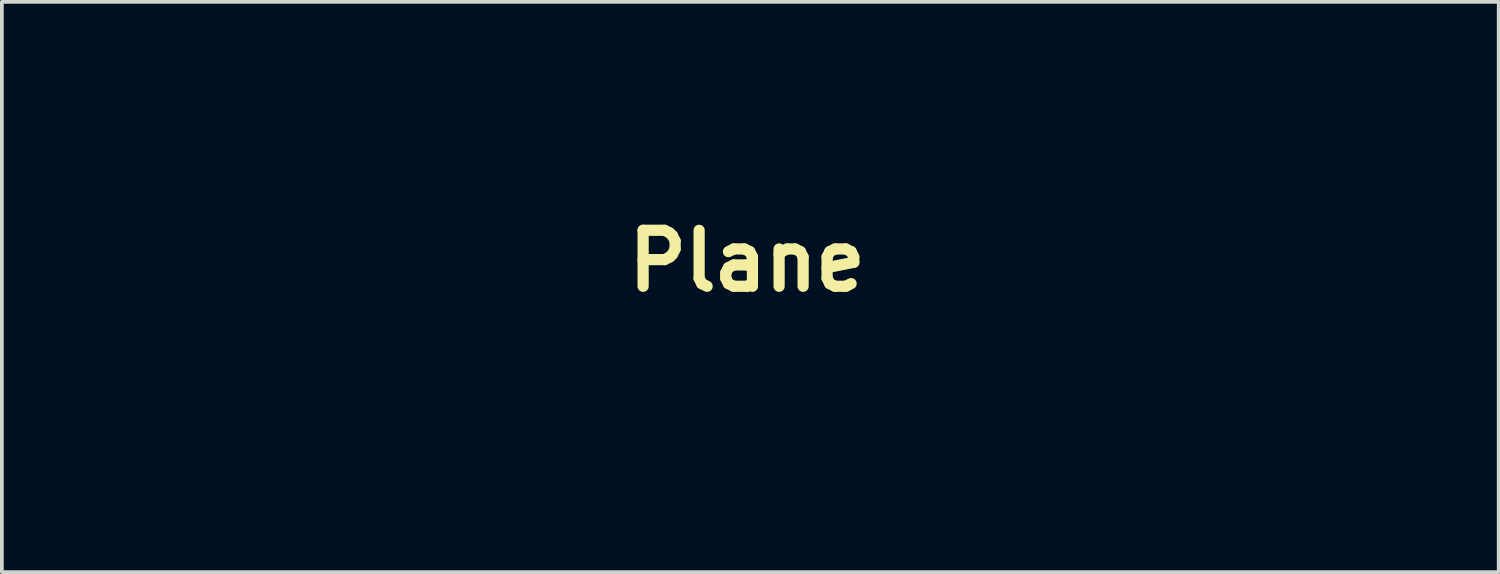
<source format=kicad_pcb>
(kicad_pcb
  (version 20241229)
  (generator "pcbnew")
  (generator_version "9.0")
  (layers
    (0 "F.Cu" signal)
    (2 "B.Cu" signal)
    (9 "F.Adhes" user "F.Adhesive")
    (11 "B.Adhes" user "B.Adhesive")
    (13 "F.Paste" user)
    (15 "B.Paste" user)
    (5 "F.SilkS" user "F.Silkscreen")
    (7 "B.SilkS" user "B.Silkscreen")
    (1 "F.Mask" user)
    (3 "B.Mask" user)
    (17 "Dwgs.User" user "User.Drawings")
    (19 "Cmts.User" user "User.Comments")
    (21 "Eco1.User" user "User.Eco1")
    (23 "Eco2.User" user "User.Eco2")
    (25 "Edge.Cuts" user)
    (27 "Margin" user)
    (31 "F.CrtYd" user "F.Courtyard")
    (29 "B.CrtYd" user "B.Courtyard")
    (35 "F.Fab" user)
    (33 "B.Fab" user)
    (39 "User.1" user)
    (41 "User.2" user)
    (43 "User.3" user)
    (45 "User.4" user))
  (footprint "Plane"
    (layer "F.Cu")
    (at 16.964 3.941)
    (property "Reference" "Plane" (at 0 0 0) (layer "F.SilkS") (effects (font (size 1.5 1.5) (thickness 0.3))))
    (attr board_only exclude_from_pos_files exclude_from_bom)
    (fp_poly (pts (xy -2.805 2.239) (xy -2.763 2.316) (xy -2.75 2.428) (xy -2.767 2.534) (xy -2.795 2.583) (xy -2.881 2.629) (xy -2.96 2.609) (xy -3.006 2.537) (xy -3.022 2.395) (xy -2.944 2.395) (xy -2.928 2.459) (xy -2.905 2.473) (xy -2.873 2.44) (xy -2.866 2.395) (xy -2.882 2.331) (xy -2.905 2.316) (xy -2.937 2.349) (xy -2.944 2.395) (xy -3.022 2.395) (xy -3.022 2.393) (xy -3 2.282) (xy -2.947 2.214) (xy -2.871 2.203)) (stroke (width 0) (type solid)) (fill yes) (layer "F.Mask"))
    (fp_poly (pts (xy -0.175 2.239) (xy -0.132 2.316) (xy -0.119 2.428) (xy -0.136 2.534) (xy -0.165 2.583) (xy -0.251 2.629) (xy -0.33 2.609) (xy -0.375 2.537) (xy -0.392 2.395) (xy -0.314 2.395) (xy -0.298 2.459) (xy -0.275 2.473) (xy -0.243 2.44) (xy -0.236 2.395) (xy -0.252 2.331) (xy -0.275 2.316) (xy -0.307 2.349) (xy -0.314 2.395) (xy -0.392 2.395) (xy -0.392 2.393) (xy -0.37 2.282) (xy -0.317 2.214) (xy -0.241 2.203)) (stroke (width 0) (type solid)) (fill yes) (layer "F.Mask"))
    (fp_poly (pts (xy -10.708 2.251) (xy -10.655 2.336) (xy -10.647 2.45) (xy -10.67 2.531) (xy -10.734 2.61) (xy -10.81 2.629) (xy -10.874 2.588) (xy -10.896 2.537) (xy -10.91 2.425) (xy -10.909 2.395) (xy -10.835 2.395) (xy -10.819 2.459) (xy -10.796 2.473) (xy -10.764 2.44) (xy -10.757 2.395) (xy -10.773 2.331) (xy -10.796 2.316) (xy -10.828 2.349) (xy -10.835 2.395) (xy -10.909 2.395) (xy -10.907 2.331) (xy -10.883 2.248) (xy -10.824 2.219) (xy -10.797 2.218)) (stroke (width 0) (type solid)) (fill yes) (layer "F.Mask"))
    (fp_poly (pts (xy -10.367 2.234) (xy -10.33 2.339) (xy -10.325 2.429) (xy -10.349 2.542) (xy -10.41 2.615) (xy -10.462 2.63) (xy -10.526 2.605) (xy -10.553 2.583) (xy -10.586 2.512) (xy -10.6 2.414) (xy -10.595 2.391) (xy -10.521 2.391) (xy -10.496 2.459) (xy -10.459 2.473) (xy -10.412 2.444) (xy -10.41 2.408) (xy -10.443 2.342) (xy -10.488 2.328) (xy -10.519 2.368) (xy -10.521 2.391) (xy -10.595 2.391) (xy -10.575 2.285) (xy -10.504 2.212) (xy -10.439 2.198)) (stroke (width 0) (type solid)) (fill yes) (layer "F.Mask"))
    (fp_poly (pts (xy -9.727 2.251) (xy -9.674 2.336) (xy -9.665 2.45) (xy -9.689 2.531) (xy -9.753 2.613) (xy -9.829 2.622) (xy -9.891 2.574) (xy -9.918 2.5) (xy -9.925 2.414) (xy -9.854 2.414) (xy -9.84 2.488) (xy -9.815 2.513) (xy -9.785 2.479) (xy -9.775 2.414) (xy -9.789 2.341) (xy -9.815 2.316) (xy -9.844 2.35) (xy -9.854 2.414) (xy -9.925 2.414) (xy -9.926 2.39) (xy -9.925 2.368) (xy -9.91 2.269) (xy -9.876 2.227) (xy -9.815 2.218)) (stroke (width 0) (type solid)) (fill yes) (layer "F.Mask"))
    (fp_poly (pts (xy -8.752 2.204) (xy -8.725 2.233) (xy -8.719 2.307) (xy -8.723 2.404) (xy -8.745 2.54) (xy -8.787 2.617) (xy -8.841 2.63) (xy -8.9 2.572) (xy -8.909 2.557) (xy -8.951 2.429) (xy -8.95 2.414) (xy -8.825 2.414) (xy -8.821 2.481) (xy -8.809 2.487) (xy -8.807 2.484) (xy -8.8 2.406) (xy -8.806 2.366) (xy -8.818 2.35) (xy -8.825 2.402) (xy -8.825 2.414) (xy -8.95 2.414) (xy -8.944 2.313) (xy -8.893 2.23) (xy -8.807 2.198)) (stroke (width 0) (type solid)) (fill yes) (layer "F.Mask"))
    (fp_poly (pts (xy -8.426 2.211) (xy -8.377 2.266) (xy -8.362 2.386) (xy -8.381 2.516) (xy -8.429 2.601) (xy -8.494 2.632) (xy -8.562 2.601) (xy -8.599 2.55) (xy -8.632 2.434) (xy -8.629 2.415) (xy -8.518 2.415) (xy -8.5 2.478) (xy -8.493 2.486) (xy -8.457 2.51) (xy -8.442 2.473) (xy -8.44 2.414) (xy -8.454 2.341) (xy -8.48 2.316) (xy -8.51 2.348) (xy -8.518 2.415) (xy -8.629 2.415) (xy -8.618 2.325) (xy -8.567 2.241) (xy -8.488 2.202)) (stroke (width 0) (type solid)) (fill yes) (layer "F.Mask"))
    (fp_poly (pts (xy -8.078 2.251) (xy -8.025 2.336) (xy -8.016 2.45) (xy -8.04 2.531) (xy -8.104 2.61) (xy -8.179 2.629) (xy -8.244 2.588) (xy -8.266 2.537) (xy -8.279 2.425) (xy -8.279 2.395) (xy -8.205 2.395) (xy -8.189 2.459) (xy -8.166 2.473) (xy -8.134 2.44) (xy -8.126 2.395) (xy -8.143 2.331) (xy -8.166 2.316) (xy -8.198 2.349) (xy -8.205 2.395) (xy -8.279 2.395) (xy -8.277 2.331) (xy -8.253 2.248) (xy -8.194 2.219) (xy -8.167 2.218)) (stroke (width 0) (type solid)) (fill yes) (layer "F.Mask"))
    (fp_poly (pts (xy -7.097 2.251) (xy -7.044 2.336) (xy -7.035 2.45) (xy -7.059 2.531) (xy -7.122 2.613) (xy -7.198 2.622) (xy -7.26 2.574) (xy -7.288 2.5) (xy -7.296 2.395) (xy -7.223 2.395) (xy -7.207 2.459) (xy -7.184 2.473) (xy -7.152 2.44) (xy -7.145 2.395) (xy -7.161 2.331) (xy -7.184 2.316) (xy -7.216 2.349) (xy -7.223 2.395) (xy -7.296 2.395) (xy -7.296 2.39) (xy -7.295 2.368) (xy -7.28 2.269) (xy -7.246 2.227) (xy -7.185 2.218)) (stroke (width 0) (type solid)) (fill yes) (layer "F.Mask"))
    (fp_poly (pts (xy -5.107 2.234) (xy -5.07 2.339) (xy -5.064 2.429) (xy -5.088 2.542) (xy -5.15 2.615) (xy -5.202 2.63) (xy -5.265 2.605) (xy -5.292 2.583) (xy -5.326 2.512) (xy -5.339 2.414) (xy -5.335 2.391) (xy -5.261 2.391) (xy -5.236 2.459) (xy -5.199 2.473) (xy -5.152 2.444) (xy -5.15 2.408) (xy -5.183 2.342) (xy -5.228 2.328) (xy -5.258 2.368) (xy -5.261 2.391) (xy -5.335 2.391) (xy -5.314 2.285) (xy -5.243 2.212) (xy -5.178 2.198)) (stroke (width 0) (type solid)) (fill yes) (layer "F.Mask"))
    (fp_poly (pts (xy -3.483 2.215) (xy -3.445 2.279) (xy -3.433 2.332) (xy -3.429 2.457) (xy -3.459 2.556) (xy -3.512 2.616) (xy -3.575 2.626) (xy -3.638 2.574) (xy -3.65 2.554) (xy -3.69 2.429) (xy -3.689 2.414) (xy -3.565 2.414) (xy -3.561 2.481) (xy -3.548 2.487) (xy -3.547 2.484) (xy -3.539 2.406) (xy -3.545 2.366) (xy -3.558 2.35) (xy -3.565 2.402) (xy -3.565 2.414) (xy -3.689 2.414) (xy -3.683 2.314) (xy -3.634 2.23) (xy -3.55 2.198)) (stroke (width 0) (type solid)) (fill yes) (layer "F.Mask"))
    (fp_poly (pts (xy -2.476 2.234) (xy -2.439 2.339) (xy -2.434 2.429) (xy -2.458 2.542) (xy -2.519 2.615) (xy -2.571 2.63) (xy -2.635 2.605) (xy -2.662 2.583) (xy -2.695 2.512) (xy -2.709 2.414) (xy -2.705 2.395) (xy -2.63 2.395) (xy -2.606 2.459) (xy -2.571 2.473) (xy -2.523 2.441) (xy -2.513 2.395) (xy -2.537 2.331) (xy -2.571 2.316) (xy -2.619 2.349) (xy -2.63 2.395) (xy -2.705 2.395) (xy -2.684 2.285) (xy -2.613 2.212) (xy -2.548 2.198)) (stroke (width 0) (type solid)) (fill yes) (layer "F.Mask"))
    (fp_poly (pts (xy -0.845 2.213) (xy -0.819 2.248) (xy -0.807 2.415) (xy -0.812 2.521) (xy -0.835 2.581) (xy -0.835 2.581) (xy -0.908 2.627) (xy -0.983 2.602) (xy -1.019 2.554) (xy -1.056 2.414) (xy -0.935 2.414) (xy -0.93 2.481) (xy -0.918 2.487) (xy -0.916 2.484) (xy -0.909 2.406) (xy -0.915 2.366) (xy -0.927 2.35) (xy -0.934 2.402) (xy -0.935 2.414) (xy -1.056 2.414) (xy -1.058 2.406) (xy -1.036 2.261) (xy -0.989 2.216) (xy -0.914 2.2)) (stroke (width 0) (type solid)) (fill yes) (layer "F.Mask"))
    (fp_poly (pts (xy -0.523 2.229) (xy -0.491 2.276) (xy -0.478 2.368) (xy -0.487 2.499) (xy -0.528 2.589) (xy -0.588 2.63) (xy -0.656 2.611) (xy -0.715 2.531) (xy -0.74 2.415) (xy -0.627 2.415) (xy -0.609 2.478) (xy -0.602 2.486) (xy -0.566 2.51) (xy -0.552 2.473) (xy -0.55 2.414) (xy -0.563 2.341) (xy -0.589 2.316) (xy -0.62 2.348) (xy -0.627 2.415) (xy -0.74 2.415) (xy -0.741 2.41) (xy -0.716 2.304) (xy -0.651 2.233) (xy -0.588 2.218)) (stroke (width 0) (type solid)) (fill yes) (layer "F.Mask"))
    (fp_poly (pts (xy 0.154 2.234) (xy 0.191 2.339) (xy 0.196 2.429) (xy 0.172 2.542) (xy 0.111 2.615) (xy 0.059 2.63) (xy -0.004 2.605) (xy -0.031 2.583) (xy -0.065 2.512) (xy -0.079 2.414) (xy -0.075 2.395) (xy 0 2.395) (xy 0.025 2.459) (xy 0.059 2.473) (xy 0.107 2.441) (xy 0.118 2.395) (xy 0.093 2.331) (xy 0.059 2.316) (xy 0.011 2.349) (xy 0 2.395) (xy -0.075 2.395) (xy -0.053 2.285) (xy 0.017 2.212) (xy 0.082 2.198)) (stroke (width 0) (type solid)) (fill yes) (layer "F.Mask"))
    (fp_poly (pts (xy 0.814 2.265) (xy 0.854 2.36) (xy 0.853 2.474) (xy 0.825 2.55) (xy 0.758 2.621) (xy 0.678 2.616) (xy 0.636 2.583) (xy 0.599 2.508) (xy 0.588 2.401) (xy 0.589 2.395) (xy 0.667 2.395) (xy 0.684 2.459) (xy 0.707 2.473) (xy 0.739 2.44) (xy 0.746 2.395) (xy 0.729 2.331) (xy 0.707 2.316) (xy 0.675 2.349) (xy 0.667 2.395) (xy 0.589 2.395) (xy 0.6 2.296) (xy 0.635 2.223) (xy 0.653 2.211) (xy 0.744 2.209)) (stroke (width 0) (type solid)) (fill yes) (layer "F.Mask"))
    (fp_poly (pts (xy -10.04 2.251) (xy -9.988 2.334) (xy -9.981 2.445) (xy -10.01 2.531) (xy -10.076 2.604) (xy -10.153 2.629) (xy -10.216 2.601) (xy -10.231 2.576) (xy -10.241 2.502) (xy -10.241 2.414) (xy -10.168 2.414) (xy -10.156 2.483) (xy -10.129 2.493) (xy -10.092 2.436) (xy -10.089 2.414) (xy -10.114 2.349) (xy -10.129 2.336) (xy -10.158 2.35) (xy -10.168 2.414) (xy -10.241 2.414) (xy -10.241 2.392) (xy -10.239 2.369) (xy -10.224 2.27) (xy -10.191 2.227) (xy -10.13 2.218)) (stroke (width 0) (type solid)) (fill yes) (layer "F.Mask"))
    (fp_poly (pts (xy -7.763 2.218) (xy -7.71 2.292) (xy -7.695 2.416) (xy -7.717 2.536) (xy -7.772 2.61) (xy -7.847 2.627) (xy -7.925 2.578) (xy -7.928 2.574) (xy -7.955 2.5) (xy -7.963 2.391) (xy -7.891 2.391) (xy -7.866 2.459) (xy -7.829 2.473) (xy -7.782 2.444) (xy -7.78 2.408) (xy -7.813 2.342) (xy -7.858 2.328) (xy -7.889 2.368) (xy -7.891 2.391) (xy -7.963 2.391) (xy -7.963 2.39) (xy -7.962 2.368) (xy -7.945 2.266) (xy -7.905 2.218) (xy -7.856 2.205)) (stroke (width 0) (type solid)) (fill yes) (layer "F.Mask"))
    (fp_poly (pts (xy -7.41 2.251) (xy -7.358 2.334) (xy -7.351 2.445) (xy -7.38 2.531) (xy -7.446 2.604) (xy -7.523 2.629) (xy -7.586 2.601) (xy -7.6 2.576) (xy -7.611 2.502) (xy -7.611 2.414) (xy -7.538 2.414) (xy -7.525 2.483) (xy -7.498 2.493) (xy -7.462 2.436) (xy -7.459 2.414) (xy -7.484 2.349) (xy -7.498 2.336) (xy -7.527 2.35) (xy -7.538 2.414) (xy -7.611 2.414) (xy -7.61 2.392) (xy -7.609 2.369) (xy -7.594 2.27) (xy -7.56 2.227) (xy -7.499 2.218)) (stroke (width 0) (type solid)) (fill yes) (layer "F.Mask"))
    (fp_poly (pts (xy -4.78 2.251) (xy -4.727 2.334) (xy -4.72 2.445) (xy -4.75 2.531) (xy -4.815 2.604) (xy -4.892 2.629) (xy -4.955 2.601) (xy -4.97 2.576) (xy -4.981 2.502) (xy -4.98 2.417) (xy -4.907 2.417) (xy -4.895 2.483) (xy -4.868 2.493) (xy -4.835 2.438) (xy -4.829 2.392) (xy -4.846 2.33) (xy -4.868 2.316) (xy -4.897 2.35) (xy -4.907 2.417) (xy -4.98 2.417) (xy -4.98 2.392) (xy -4.979 2.369) (xy -4.964 2.27) (xy -4.93 2.227) (xy -4.869 2.218)) (stroke (width 0) (type solid)) (fill yes) (layer "F.Mask"))
    (fp_poly (pts (xy -4.466 2.251) (xy -4.413 2.336) (xy -4.405 2.45) (xy -4.428 2.531) (xy -4.492 2.613) (xy -4.568 2.622) (xy -4.63 2.574) (xy -4.658 2.5) (xy -4.664 2.415) (xy -4.592 2.415) (xy -4.574 2.478) (xy -4.567 2.486) (xy -4.531 2.51) (xy -4.517 2.473) (xy -4.515 2.414) (xy -4.528 2.341) (xy -4.554 2.316) (xy -4.585 2.348) (xy -4.592 2.415) (xy -4.664 2.415) (xy -4.666 2.39) (xy -4.664 2.368) (xy -4.649 2.269) (xy -4.615 2.227) (xy -4.555 2.218)) (stroke (width 0) (type solid)) (fill yes) (layer "F.Mask"))
    (fp_poly (pts (xy -4.14 2.223) (xy -4.095 2.304) (xy -4.083 2.429) (xy -4.106 2.536) (xy -4.162 2.609) (xy -4.233 2.633) (xy -4.292 2.604) (xy -4.308 2.552) (xy -4.317 2.451) (xy -4.318 2.395) (xy -4.231 2.395) (xy -4.227 2.466) (xy -4.216 2.475) (xy -4.213 2.463) (xy -4.207 2.364) (xy -4.213 2.326) (xy -4.224 2.314) (xy -4.23 2.368) (xy -4.231 2.395) (xy -4.318 2.395) (xy -4.318 2.388) (xy -4.315 2.274) (xy -4.297 2.218) (xy -4.256 2.2) (xy -4.224 2.198)) (stroke (width 0) (type solid)) (fill yes) (layer "F.Mask"))
    (fp_poly (pts (xy -3.141 2.239) (xy -3.113 2.326) (xy -3.109 2.368) (xy -3.117 2.503) (xy -3.161 2.594) (xy -3.228 2.63) (xy -3.309 2.601) (xy -3.329 2.583) (xy -3.373 2.497) (xy -3.373 2.415) (xy -3.258 2.415) (xy -3.239 2.478) (xy -3.232 2.486) (xy -3.196 2.51) (xy -3.182 2.473) (xy -3.18 2.414) (xy -3.193 2.341) (xy -3.219 2.316) (xy -3.25 2.348) (xy -3.258 2.415) (xy -3.373 2.415) (xy -3.373 2.391) (xy -3.338 2.291) (xy -3.275 2.221) (xy -3.197 2.204)) (stroke (width 0) (type solid)) (fill yes) (layer "F.Mask"))
    (fp_poly (pts (xy -2.149 2.251) (xy -2.097 2.334) (xy -2.09 2.445) (xy -2.119 2.531) (xy -2.185 2.604) (xy -2.262 2.629) (xy -2.325 2.601) (xy -2.34 2.576) (xy -2.35 2.502) (xy -2.35 2.414) (xy -2.277 2.414) (xy -2.265 2.483) (xy -2.238 2.493) (xy -2.201 2.436) (xy -2.198 2.414) (xy -2.223 2.349) (xy -2.238 2.336) (xy -2.267 2.35) (xy -2.277 2.414) (xy -2.35 2.414) (xy -2.35 2.392) (xy -2.348 2.369) (xy -2.333 2.27) (xy -2.3 2.227) (xy -2.239 2.218)) (stroke (width 0) (type solid)) (fill yes) (layer "F.Mask"))
    (fp_poly (pts (xy -1.816 2.265) (xy -1.776 2.36) (xy -1.777 2.474) (xy -1.805 2.55) (xy -1.872 2.621) (xy -1.952 2.616) (xy -1.994 2.583) (xy -2.031 2.508) (xy -2.041 2.415) (xy -1.962 2.415) (xy -1.944 2.478) (xy -1.937 2.486) (xy -1.901 2.51) (xy -1.886 2.473) (xy -1.884 2.414) (xy -1.898 2.341) (xy -1.924 2.316) (xy -1.954 2.348) (xy -1.962 2.415) (xy -2.041 2.415) (xy -2.042 2.401) (xy -2.03 2.296) (xy -1.995 2.223) (xy -1.977 2.211) (xy -1.886 2.209)) (stroke (width 0) (type solid)) (fill yes) (layer "F.Mask"))
    (fp_poly (pts (xy 0.481 2.251) (xy 0.533 2.334) (xy 0.54 2.445) (xy 0.511 2.531) (xy 0.445 2.604) (xy 0.368 2.629) (xy 0.305 2.601) (xy 0.291 2.576) (xy 0.28 2.502) (xy 0.28 2.414) (xy 0.353 2.414) (xy 0.366 2.483) (xy 0.393 2.493) (xy 0.429 2.436) (xy 0.432 2.414) (xy 0.407 2.349) (xy 0.393 2.336) (xy 0.364 2.35) (xy 0.353 2.414) (xy 0.28 2.414) (xy 0.28 2.392) (xy 0.282 2.369) (xy 0.297 2.27) (xy 0.331 2.227) (xy 0.392 2.218)) (stroke (width 0) (type solid)) (fill yes) (layer "F.Mask"))
    (fp_poly (pts (xy -9.403 2.221) (xy -9.356 2.306) (xy -9.344 2.416) (xy -9.364 2.521) (xy -9.413 2.598) (xy -9.476 2.635) (xy -9.534 2.62) (xy -9.563 2.576) (xy -9.574 2.502) (xy -9.573 2.393) (xy -9.498 2.393) (xy -9.492 2.48) (xy -9.468 2.494) (xy -9.46 2.488) (xy -9.44 2.414) (xy -9.458 2.352) (xy -9.483 2.296) (xy -9.494 2.303) (xy -9.498 2.382) (xy -9.498 2.393) (xy -9.573 2.393) (xy -9.573 2.392) (xy -9.572 2.37) (xy -9.55 2.26) (xy -9.504 2.21) (xy -9.486 2.205)) (stroke (width 0) (type solid)) (fill yes) (layer "F.Mask"))
    (fp_poly (pts (xy -6.773 2.221) (xy -6.725 2.306) (xy -6.714 2.416) (xy -6.733 2.521) (xy -6.783 2.598) (xy -6.845 2.635) (xy -6.904 2.62) (xy -6.933 2.576) (xy -6.944 2.502) (xy -6.943 2.393) (xy -6.868 2.393) (xy -6.862 2.48) (xy -6.838 2.494) (xy -6.83 2.488) (xy -6.81 2.414) (xy -6.827 2.352) (xy -6.853 2.296) (xy -6.864 2.303) (xy -6.867 2.382) (xy -6.868 2.393) (xy -6.943 2.393) (xy -6.943 2.392) (xy -6.941 2.37) (xy -6.92 2.26) (xy -6.874 2.21) (xy -6.855 2.205)) (stroke (width 0) (type solid)) (fill yes) (layer "F.Mask"))
    (fp_poly (pts (xy -1.512 2.221) (xy -1.465 2.306) (xy -1.453 2.416) (xy -1.473 2.521) (xy -1.522 2.598) (xy -1.585 2.635) (xy -1.643 2.62) (xy -1.672 2.576) (xy -1.683 2.502) (xy -1.682 2.393) (xy -1.607 2.393) (xy -1.603 2.479) (xy -1.582 2.497) (xy -1.564 2.482) (xy -1.538 2.422) (xy -1.561 2.347) (xy -1.59 2.294) (xy -1.603 2.303) (xy -1.607 2.383) (xy -1.607 2.393) (xy -1.682 2.393) (xy -1.682 2.392) (xy -1.681 2.37) (xy -1.66 2.26) (xy -1.614 2.21) (xy -1.595 2.205)) (stroke (width 0) (type solid)) (fill yes) (layer "F.Mask"))
    (fp_poly (pts (xy 1.118 2.221) (xy 1.165 2.306) (xy 1.177 2.416) (xy 1.157 2.521) (xy 1.108 2.598) (xy 1.046 2.635) (xy 0.987 2.62) (xy 0.958 2.576) (xy 0.947 2.502) (xy 0.948 2.393) (xy 1.023 2.393) (xy 1.028 2.479) (xy 1.048 2.497) (xy 1.067 2.482) (xy 1.092 2.422) (xy 1.069 2.347) (xy 1.04 2.294) (xy 1.028 2.303) (xy 1.024 2.383) (xy 1.023 2.393) (xy 0.948 2.393) (xy 0.948 2.392) (xy 0.949 2.37) (xy 0.971 2.26) (xy 1.017 2.21) (xy 1.036 2.205)) (stroke (width 0) (type solid)) (fill yes) (layer "F.Mask"))
    (fp_poly (pts (xy -9.089 2.224) (xy -9.06 2.257) (xy -9.05 2.336) (xy -9.049 2.414) (xy -9.053 2.533) (xy -9.072 2.594) (xy -9.113 2.619) (xy -9.136 2.623) (xy -9.21 2.611) (xy -9.247 2.539) (xy -9.261 2.425) (xy -9.261 2.415) (xy -9.186 2.415) (xy -9.167 2.478) (xy -9.16 2.486) (xy -9.124 2.51) (xy -9.11 2.473) (xy -9.108 2.414) (xy -9.121 2.341) (xy -9.147 2.316) (xy -9.178 2.348) (xy -9.186 2.415) (xy -9.261 2.415) (xy -9.258 2.331) (xy -9.234 2.248) (xy -9.175 2.219) (xy -9.147 2.218)) (stroke (width 0) (type solid)) (fill yes) (layer "F.Mask"))
    (fp_poly (pts (xy -3.828 2.224) (xy -3.799 2.257) (xy -3.789 2.336) (xy -3.788 2.414) (xy -3.793 2.533) (xy -3.811 2.594) (xy -3.853 2.619) (xy -3.875 2.623) (xy -3.949 2.611) (xy -3.986 2.539) (xy -4 2.425) (xy -4 2.415) (xy -3.925 2.415) (xy -3.907 2.478) (xy -3.9 2.486) (xy -3.864 2.51) (xy -3.849 2.473) (xy -3.847 2.414) (xy -3.861 2.341) (xy -3.887 2.316) (xy -3.917 2.348) (xy -3.925 2.415) (xy -4 2.415) (xy -3.998 2.331) (xy -3.974 2.248) (xy -3.915 2.219) (xy -3.887 2.218)) (stroke (width 0) (type solid)) (fill yes) (layer "F.Mask"))
    (fp_poly (pts (xy -1.198 2.224) (xy -1.169 2.257) (xy -1.159 2.336) (xy -1.158 2.414) (xy -1.162 2.533) (xy -1.181 2.594) (xy -1.222 2.619) (xy -1.245 2.623) (xy -1.319 2.611) (xy -1.356 2.539) (xy -1.37 2.425) (xy -1.37 2.415) (xy -1.295 2.415) (xy -1.276 2.478) (xy -1.269 2.486) (xy -1.233 2.51) (xy -1.219 2.473) (xy -1.217 2.414) (xy -1.23 2.341) (xy -1.256 2.316) (xy -1.287 2.348) (xy -1.295 2.415) (xy -1.37 2.415) (xy -1.367 2.331) (xy -1.344 2.248) (xy -1.285 2.219) (xy -1.256 2.218)) (stroke (width 0) (type solid)) (fill yes) (layer "F.Mask"))
    (fp_poly (pts (xy -11.663 1.952) (xy -11.575 1.963) (xy -11.518 1.998) (xy -11.484 2.067) (xy -11.469 2.183) (xy -11.464 2.356) (xy -11.463 2.533) (xy -11.464 2.747) (xy -11.468 2.896) (xy -11.477 2.993) (xy -11.492 3.051) (xy -11.516 3.084) (xy -11.539 3.1) (xy -11.662 3.134) (xy -11.812 3.136) (xy -11.949 3.107) (xy -12.004 3.08) (xy -12.042 3.048) (xy -12.066 3.007) (xy -12.081 2.94) (xy -12.089 2.833) (xy -12.091 2.692) (xy -11.971 2.692) (xy -11.967 2.844) (xy -11.951 2.941) (xy -11.916 2.994) (xy -11.859 3.016) (xy -11.775 3.017) (xy -11.747 3.015) (xy -11.562 3.003) (xy -11.549 2.831) (xy -11.55 2.716) (xy -11.568 2.633) (xy -11.579 2.617) (xy -11.611 2.547) (xy -11.619 2.451) (xy -11.603 2.366) (xy -11.581 2.336) (xy -11.553 2.283) (xy -11.542 2.194) (xy -11.545 2.126) (xy -11.569 2.093) (xy -11.632 2.083) (xy -11.748 2.088) (xy -11.954 2.1) (xy -11.966 2.473) (xy -11.971 2.692) (xy -12.091 2.692) (xy -12.091 2.671) (xy -12.091 2.556) (xy -12.088 2.325) (xy -12.072 2.161) (xy -12.039 2.053) (xy -11.983 1.99) (xy -11.899 1.96) (xy -11.789 1.952)) (stroke (width 0) (type solid)) (fill yes) (layer "F.Mask"))
    (fp_poly (pts (xy -5.787 1.947) (xy -5.678 2.013) (xy -5.64 2.056) (xy -5.615 2.106) (xy -5.6 2.179) (xy -5.594 2.291) (xy -5.593 2.457) (xy -5.593 2.567) (xy -5.596 2.768) (xy -5.603 2.906) (xy -5.616 2.994) (xy -5.636 3.048) (xy -5.667 3.082) (xy -5.672 3.086) (xy -5.772 3.125) (xy -5.907 3.139) (xy -6.041 3.128) (xy -6.136 3.092) (xy -6.167 3.053) (xy -6.189 2.98) (xy -6.205 2.862) (xy -6.217 2.682) (xy -6.22 2.611) (xy -6.226 2.426) (xy -6.227 2.265) (xy -6.223 2.145) (xy -6.218 2.095) (xy -6.205 2.077) (xy -6.124 2.077) (xy -6.124 2.524) (xy -6.122 2.704) (xy -6.116 2.854) (xy -6.106 2.959) (xy -6.096 2.999) (xy -6.043 3.013) (xy -5.942 3.017) (xy -5.89 3.015) (xy -5.712 3.003) (xy -5.7 2.831) (xy -5.701 2.716) (xy -5.719 2.633) (xy -5.729 2.617) (xy -5.764 2.538) (xy -5.767 2.432) (xy -5.739 2.342) (xy -5.728 2.329) (xy -5.7 2.259) (xy -5.699 2.193) (xy -5.716 2.138) (xy -5.76 2.108) (xy -5.852 2.093) (xy -5.918 2.088) (xy -6.124 2.077) (xy -6.205 2.077) (xy -6.159 2.004) (xy -6.051 1.947) (xy -5.919 1.927)) (stroke (width 0) (type solid)) (fill yes) (layer "F.Mask"))
    (fp_poly (pts (xy 10.828 2.474) (xy 11.345 2.477) (xy 11.783 2.487) (xy 12.144 2.502) (xy 12.426 2.523) (xy 12.504 2.532) (xy 12.693 2.554) (xy 12.857 2.572) (xy 12.978 2.585) (xy 13.038 2.59) (xy 13.111 2.614) (xy 13.202 2.67) (xy 13.207 2.674) (xy 13.275 2.735) (xy 13.285 2.778) (xy 13.254 2.822) (xy 13.174 2.878) (xy 13.042 2.926) (xy 12.85 2.967) (xy 12.59 3.002) (xy 12.387 3.023) (xy 12.225 3.034) (xy 12.01 3.046) (xy 11.756 3.056) (xy 11.473 3.065) (xy 11.176 3.073) (xy 10.877 3.08) (xy 10.587 3.084) (xy 10.32 3.087) (xy 10.088 3.087) (xy 9.904 3.085) (xy 9.78 3.079) (xy 9.747 3.076) (xy 9.621 3.025) (xy 9.519 2.926) (xy 9.465 2.806) (xy 9.462 2.773) (xy 9.621 2.773) (xy 9.663 2.864) (xy 9.684 2.887) (xy 9.711 2.907) (xy 9.751 2.922) (xy 9.814 2.933) (xy 9.909 2.939) (xy 10.046 2.942) (xy 10.234 2.941) (xy 10.482 2.937) (xy 10.774 2.931) (xy 11.083 2.924) (xy 11.398 2.914) (xy 11.699 2.902) (xy 11.968 2.89) (xy 12.188 2.878) (xy 12.29 2.871) (xy 12.57 2.846) (xy 12.775 2.822) (xy 12.908 2.799) (xy 12.972 2.775) (xy 12.974 2.753) (xy 12.917 2.731) (xy 12.794 2.711) (xy 12.603 2.694) (xy 12.34 2.679) (xy 12.006 2.666) (xy 11.596 2.655) (xy 11.111 2.646) (xy 11.036 2.645) (xy 10.662 2.64) (xy 10.36 2.637) (xy 10.122 2.637) (xy 9.941 2.639) (xy 9.811 2.644) (xy 9.724 2.652) (xy 9.673 2.663) (xy 9.652 2.677) (xy 9.621 2.773) (xy 9.462 2.773) (xy 9.461 2.768) (xy 9.485 2.676) (xy 9.542 2.577) (xy 9.543 2.577) (xy 9.624 2.473)) (stroke (width 0) (type solid)) (fill yes) (layer "F.Mask"))
    (fp_poly (pts (xy 17.01 -3.94) (xy 17.019 -3.939) (xy 17.07 -3.897) (xy 17.109 -3.844) (xy 17.134 -3.785) (xy 17.132 -3.71) (xy 17.102 -3.597) (xy 17.083 -3.541) (xy 17.043 -3.418) (xy 16.986 -3.243) (xy 16.92 -3.036) (xy 16.852 -2.821) (xy 16.842 -2.787) (xy 16.734 -2.444) (xy 16.647 -2.165) (xy 16.577 -1.941) (xy 16.521 -1.763) (xy 16.475 -1.619) (xy 16.437 -1.501) (xy 16.409 -1.413) (xy 16.373 -1.302) (xy 16.32 -1.134) (xy 16.254 -0.927) (xy 16.183 -0.7) (xy 16.136 -0.55) (xy 16.067 -0.331) (xy 16.005 -0.135) (xy 15.953 0.025) (xy 15.917 0.135) (xy 15.902 0.177) (xy 15.877 0.248) (xy 15.836 0.373) (xy 15.786 0.529) (xy 15.762 0.609) (xy 15.653 0.961) (xy 15.567 1.241) (xy 15.501 1.451) (xy 15.455 1.593) (xy 15.43 1.668) (xy 15.372 1.832) (xy 15.342 1.941) (xy 15.336 2.014) (xy 15.351 2.067) (xy 15.361 2.084) (xy 15.385 2.15) (xy 15.351 2.212) (xy 15.33 2.233) (xy 15.246 2.295) (xy 15.104 2.383) (xy 14.915 2.49) (xy 14.693 2.608) (xy 14.45 2.731) (xy 14.199 2.852) (xy 14.015 2.937) (xy 13.854 3.009) (xy 13.692 3.082) (xy 13.583 3.131) (xy 13.411 3.208) (xy 13.259 3.272) (xy 13.106 3.332) (xy 12.934 3.394) (xy 12.722 3.466) (xy 12.523 3.533) (xy 12.096 3.672) (xy 11.729 3.789) (xy 11.406 3.886) (xy 11.113 3.967) (xy 10.837 4.037) (xy 10.563 4.1) (xy 10.286 4.158) (xy 10.169 4.18) (xy 10.051 4.201) (xy 9.926 4.22) (xy 9.79 4.238) (xy 9.637 4.254) (xy 9.463 4.27) (xy 9.263 4.286) (xy 9.031 4.302) (xy 8.763 4.317) (xy 8.453 4.334) (xy 8.097 4.351) (xy 7.689 4.37) (xy 7.225 4.39) (xy 6.7 4.411) (xy 6.108 4.435) (xy 5.444 4.461) (xy 5.162 4.473) (xy 4.806 4.487) (xy 4.412 4.502) (xy 4.006 4.518) (xy 3.614 4.534) (xy 3.261 4.548) (xy 3.101 4.555) (xy 2.775 4.567) (xy 2.421 4.577) (xy 2.064 4.585) (xy 1.73 4.591) (xy 1.442 4.593) (xy 1.386 4.594) (xy 1.145 4.595) (xy 0.926 4.6) (xy 0.743 4.608) (xy 0.611 4.618) (xy 0.542 4.63) (xy 0.542 4.63) (xy 0.448 4.658) (xy 0.317 4.684) (xy 0.265 4.691) (xy 0.147 4.714) (xy 0.09 4.747) (xy 0.079 4.787) (xy 0.053 4.87) (xy 0.029 4.899) (xy -0.05 4.944) (xy -0.173 4.993) (xy -0.307 5.035) (xy -0.421 5.061) (xy -0.453 5.064) (xy -0.538 5.079) (xy -0.571 5.097) (xy -0.626 5.12) (xy -0.736 5.149) (xy -0.877 5.177) (xy -0.883 5.179) (xy -1.008 5.198) (xy -1.178 5.221) (xy -1.377 5.246) (xy -1.588 5.271) (xy -1.795 5.294) (xy -1.982 5.314) (xy -2.133 5.328) (xy -2.231 5.334) (xy -2.257 5.334) (xy -2.309 5.329) (xy -2.423 5.318) (xy -2.585 5.303) (xy -2.779 5.285) (xy -2.846 5.279) (xy -3.068 5.256) (xy -3.282 5.229) (xy -3.466 5.202) (xy -3.597 5.177) (xy -3.612 5.174) (xy -3.828 5.119) (xy -3.831 5.1) (xy -3.143 5.1) (xy -2.838 5.116) (xy -2.653 5.122) (xy -2.429 5.123) (xy -2.183 5.12) (xy -1.932 5.113) (xy -1.693 5.103) (xy -1.484 5.091) (xy -1.322 5.077) (xy -1.237 5.065) (xy -1.123 5.041) (xy -0.963 5.008) (xy -0.787 4.971) (xy -0.746 4.963) (xy -0.589 4.928) (xy -0.461 4.894) (xy -0.381 4.868) (xy -0.368 4.861) (xy -0.345 4.814) (xy -0.352 4.72) (xy -0.368 4.642) (xy -0.386 4.526) (xy -0.4 4.356) (xy -0.409 4.158) (xy -0.412 4.009) (xy -0.256 4.009) (xy -0.252 4.15) (xy -0.239 4.306) (xy -0.221 4.46) (xy -0.2 4.597) (xy -0.177 4.698) (xy -0.156 4.748) (xy -0.144 4.746) (xy -0.142 4.703) (xy -0.143 4.597) (xy -0.146 4.44) (xy -0.153 4.248) (xy -0.156 4.161) (xy -0.158 4.124) (xy 0.023 4.124) (xy 0.031 4.252) (xy 0.049 4.36) (xy 0.076 4.426) (xy 0.092 4.436) (xy 0.157 4.423) (xy 0.257 4.391) (xy 0.275 4.385) (xy 0.422 4.325) (xy 0.549 4.261) (xy 0.636 4.203) (xy 0.667 4.164) (xy 0.634 4.126) (xy 0.548 4.074) (xy 0.43 4.016) (xy 0.302 3.964) (xy 0.185 3.928) (xy 0.178 3.926) (xy 0.088 3.912) (xy 0.048 3.934) (xy 0.031 4.001) (xy 0.023 4.124) (xy -0.158 4.124) (xy -0.168 3.924) (xy -0.175 3.838) (xy 0.448 3.838) (xy 0.449 3.844) (xy 0.508 3.884) (xy 0.524 3.887) (xy 0.6 3.91) (xy 0.699 3.967) (xy 0.799 4.042) (xy 0.874 4.115) (xy 0.903 4.169) (xy 0.873 4.231) (xy 0.796 4.307) (xy 0.756 4.337) (xy 0.675 4.4) (xy 0.665 4.431) (xy 0.725 4.43) (xy 0.841 4.399) (xy 1.155 4.301) (xy 1.333 4.244) (xy 1.943 4.244) (xy 3.003 4.221) (xy 3.355 4.212) (xy 3.745 4.202) (xy 4.147 4.19) (xy 4.535 4.178) (xy 4.882 4.167) (xy 5.005 4.162) (xy 5.347 4.149) (xy 5.734 4.134) (xy 6.135 4.117) (xy 6.52 4.101) (xy 6.859 4.087) (xy 6.87 4.086) (xy 7.397 4.063) (xy 7.853 4.043) (xy 8.244 4.025) (xy 8.577 4.01) (xy 8.858 3.996) (xy 9.095 3.983) (xy 9.294 3.971) (xy 9.462 3.958) (xy 9.606 3.944) (xy 9.732 3.929) (xy 9.848 3.912) (xy 9.96 3.892) (xy 10.074 3.869) (xy 10.199 3.843) (xy 10.339 3.812) (xy 10.482 3.781) (xy 10.673 3.739) (xy 10.846 3.7) (xy 10.981 3.667) (xy 11.051 3.649) (xy 11.16 3.617) (xy 11.301 3.577) (xy 11.365 3.558) (xy 11.677 3.468) (xy 12.007 3.368) (xy 12.341 3.262) (xy 12.661 3.158) (xy 12.953 3.059) (xy 13.199 2.971) (xy 13.367 2.906) (xy 13.446 2.874) (xy 13.567 2.825) (xy 13.662 2.787) (xy 13.816 2.723) (xy 13.971 2.657) (xy 14.042 2.626) (xy 14.145 2.582) (xy 14.214 2.555) (xy 14.228 2.552) (xy 14.271 2.537) (xy 14.366 2.497) (xy 14.492 2.44) (xy 14.503 2.435) (xy 14.647 2.372) (xy 14.775 2.321) (xy 14.858 2.293) (xy 14.941 2.262) (xy 14.98 2.233) (xy 15.032 2.204) (xy 15.087 2.195) (xy 15.102 2.186) (xy 15.046 2.167) (xy 14.926 2.139) (xy 14.747 2.103) (xy 14.518 2.06) (xy 14.31 2.024) (xy 14.123 1.991) (xy 13.947 1.96) (xy 13.809 1.933) (xy 13.76 1.923) (xy 13.649 1.9) (xy 13.489 1.869) (xy 13.31 1.834) (xy 13.245 1.822) (xy 12.887 1.754) (xy 12.794 1.842) (xy 12.668 1.94) (xy 12.516 2.017) (xy 12.323 2.078) (xy 12.078 2.126) (xy 11.786 2.164) (xy 11.561 2.19) (xy 11.3 2.222) (xy 11.017 2.258) (xy 10.723 2.297) (xy 10.431 2.337) (xy 10.154 2.376) (xy 9.904 2.412) (xy 9.694 2.444) (xy 9.536 2.47) (xy 9.444 2.488) (xy 9.442 2.489) (xy 9.356 2.506) (xy 9.231 2.525) (xy 9.177 2.533) (xy 8.99 2.557) (xy 8.99 2.767) (xy 8.985 2.929) (xy 8.963 3.031) (xy 8.916 3.088) (xy 8.836 3.119) (xy 8.81 3.124) (xy 8.635 3.138) (xy 8.494 3.111) (xy 8.402 3.049) (xy 8.377 3) (xy 8.363 2.945) (xy 8.487 2.945) (xy 8.51 2.986) (xy 8.592 3.014) (xy 8.698 3.023) (xy 8.819 3.012) (xy 8.875 2.982) (xy 8.877 2.974) (xy 8.88 2.895) (xy 8.877 2.789) (xy 8.871 2.686) (xy 8.863 2.616) (xy 8.858 2.603) (xy 8.816 2.601) (xy 8.721 2.609) (xy 8.659 2.616) (xy 8.551 2.636) (xy 8.514 2.656) (xy 8.534 2.677) (xy 8.589 2.745) (xy 8.588 2.831) (xy 8.533 2.898) (xy 8.487 2.945) (xy 8.363 2.945) (xy 8.353 2.902) (xy 7.641 2.916) (xy 7.342 2.925) (xy 7.101 2.937) (xy 6.896 2.956) (xy 6.708 2.984) (xy 6.514 3.022) (xy 6.49 3.027) (xy 6.313 3.068) (xy 6.165 3.105) (xy 6.062 3.134) (xy 6.023 3.151) (xy 6.03 3.191) (xy 6.085 3.251) (xy 6.088 3.253) (xy 6.149 3.312) (xy 6.15 3.36) (xy 6.128 3.391) (xy 6.099 3.414) (xy 6.05 3.431) (xy 5.968 3.442) (xy 5.843 3.449) (xy 5.664 3.453) (xy 5.421 3.455) (xy 5.338 3.455) (xy 5.046 3.455) (xy 4.826 3.459) (xy 4.669 3.466) (xy 4.57 3.478) (xy 4.519 3.496) (xy 4.511 3.523) (xy 4.538 3.558) (xy 4.58 3.595) (xy 4.651 3.663) (xy 4.665 3.716) (xy 4.648 3.756) (xy 4.626 3.781) (xy 4.59 3.8) (xy 4.527 3.813) (xy 4.428 3.821) (xy 4.28 3.825) (xy 4.074 3.827) (xy 3.862 3.828) (xy 3.543 3.831) (xy 3.289 3.839) (xy 3.103 3.853) (xy 2.991 3.873) (xy 2.984 3.875) (xy 2.783 3.942) (xy 2.607 3.996) (xy 2.472 4.033) (xy 2.398 4.046) (xy 2.33 4.064) (xy 2.221 4.108) (xy 2.14 4.146) (xy 1.943 4.244) (xy 1.333 4.244) (xy 1.4 4.223) (xy 1.584 4.162) (xy 1.714 4.117) (xy 1.795 4.085) (xy 1.837 4.062) (xy 1.844 4.048) (xy 1.839 4.043) (xy 1.776 4.024) (xy 1.66 3.999) (xy 1.513 3.972) (xy 1.492 3.968) (xy 1.322 3.939) (xy 1.16 3.909) (xy 1.041 3.885) (xy 1.04 3.885) (xy 0.925 3.863) (xy 1.921 3.863) (xy 1.929 3.873) (xy 1.997 3.885) (xy 2.022 3.888) (xy 2.22 3.899) (xy 2.415 3.864) (xy 2.544 3.821) (xy 2.689 3.765) (xy 2.52 3.788) (xy 2.384 3.805) (xy 2.215 3.825) (xy 2.108 3.837) (xy 1.978 3.853) (xy 1.921 3.863) (xy 0.925 3.863) (xy 0.871 3.853) (xy 0.712 3.831) (xy 0.577 3.821) (xy 0.484 3.823) (xy 0.448 3.838) (xy -0.175 3.838) (xy -0.181 3.765) (xy -0.195 3.682) (xy -0.211 3.675) (xy -0.229 3.743) (xy -0.25 3.886) (xy -0.252 3.9) (xy -0.256 4.009) (xy -0.412 4.009) (xy -0.412 3.994) (xy -0.413 3.815) (xy -0.414 3.668) (xy -0.417 3.569) (xy -0.42 3.533) (xy -0.459 3.524) (xy -0.552 3.499) (xy -0.656 3.471) (xy -1.188 3.343) (xy -1.725 3.25) (xy -2.243 3.194) (xy -2.634 3.18) (xy -3.141 3.18) (xy -3.115 3.406) (xy -3.095 3.647) (xy -3.087 3.939) (xy -3.088 4.255) (xy -3.1 4.567) (xy -3.112 4.739) (xy -3.143 5.1) (xy -3.831 5.1) (xy -3.863 4.9) (xy -3.898 4.681) (xy -6.984 4.657) (xy -8.051 4.647) (xy -9.04 4.636) (xy -9.952 4.622) (xy -10.787 4.607) (xy -11.546 4.589) (xy -12.229 4.57) (xy -12.836 4.548) (xy -13.369 4.525) (xy -13.828 4.499) (xy -14.213 4.471) (xy -14.525 4.441) (xy -14.583 4.435) (xy -14.764 4.416) (xy -14.945 4.402) (xy -15.087 4.397) (xy -15.094 4.397) (xy -15.279 4.384) (xy -15.506 4.35) (xy -15.743 4.3) (xy -15.959 4.24) (xy -16.009 4.223) (xy -16.321 4.076) (xy -16.625 3.858) (xy -16.771 3.725) (xy -16.889 3.605) (xy -16.954 3.513) (xy -16.957 3.491) (xy -16.717 3.491) (xy -16.699 3.523) (xy -16.674 3.538) (xy -16.592 3.597) (xy -16.55 3.635) (xy -16.455 3.704) (xy -16.311 3.778) (xy -16.135 3.851) (xy -15.945 3.919) (xy -15.757 3.975) (xy -15.588 4.014) (xy -15.457 4.03) (xy -15.379 4.017) (xy -15.364 3.968) (xy -15.359 3.851) (xy -15.364 3.679) (xy -15.378 3.462) (xy -15.402 3.21) (xy -15.413 3.101) (xy -15.423 2.999) (xy -15.418 2.963) (xy -15.395 2.985) (xy -15.383 3.003) (xy -15.309 3.15) (xy -15.255 3.32) (xy -15.233 3.47) (xy -15.233 3.47) (xy -15.225 3.57) (xy -15.207 3.711) (xy -15.187 3.828) (xy -15.142 4.073) (xy -14.804 4.098) (xy -14.098 4.148) (xy -13.395 4.191) (xy -12.681 4.226) (xy -11.939 4.255) (xy -11.154 4.279) (xy -10.31 4.297) (xy -10.109 4.301) (xy -9.766 4.307) (xy -9.448 4.314) (xy -9.163 4.32) (xy -8.92 4.326) (xy -8.728 4.332) (xy -8.594 4.337) (xy -8.528 4.341) (xy -8.522 4.343) (xy -8.481 4.345) (xy -8.368 4.348) (xy -8.191 4.35) (xy -7.956 4.352) (xy -7.671 4.354) (xy -7.341 4.356) (xy -6.975 4.357) (xy -6.579 4.357) (xy -6.221 4.358) (xy -3.937 4.358) (xy -3.927 4.142) (xy -3.755 4.142) (xy -3.754 4.266) (xy -3.75 4.333) (xy -3.743 4.333) (xy -3.74 4.31) (xy -3.734 4.17) (xy -3.738 4.018) (xy -3.74 3.996) (xy -3.747 3.954) (xy -3.752 3.983) (xy -3.755 4.077) (xy -3.755 4.142) (xy -3.927 4.142) (xy -3.914 3.837) (xy -3.904 3.637) (xy -3.891 3.458) (xy -3.88 3.328) (xy -3.643 3.328) (xy -3.634 3.391) (xy -3.616 3.52) (xy -3.602 3.699) (xy -3.592 3.911) (xy -3.586 4.136) (xy -3.584 4.353) (xy -3.588 4.544) (xy -3.597 4.688) (xy -3.606 4.749) (xy -3.625 4.893) (xy -3.598 4.981) (xy -3.518 5.02) (xy -3.455 5.025) (xy -3.385 5.016) (xy -3.342 4.974) (xy -3.31 4.878) (xy -3.302 4.851) (xy -3.285 4.736) (xy -3.272 4.563) (xy -3.263 4.351) (xy -3.26 4.118) (xy -3.261 3.884) (xy -3.267 3.665) (xy -3.278 3.482) (xy -3.294 3.352) (xy -3.301 3.324) (xy -3.335 3.227) (xy -3.374 3.195) (xy -3.408 3.201) (xy -3.501 3.232) (xy -3.566 3.249) (xy -3.629 3.274) (xy -3.643 3.328) (xy -3.88 3.328) (xy -3.879 3.321) (xy -3.868 3.241) (xy -3.866 3.235) (xy -3.814 3.168) (xy -3.694 3.111) (xy -3.638 3.093) (xy -3.352 3.016) (xy -2.045 3.016) (xy -2.002 3.025) (xy -1.512 3.105) (xy -1.099 3.184) (xy -0.765 3.263) (xy -0.707 3.279) (xy -0.44 3.355) (xy -0.243 3.415) (xy -0.113 3.461) (xy -0.041 3.493) (xy -0.039 3.494) (xy 0.037 3.531) (xy 0.059 3.511) (xy 0.025 3.436) (xy 0.019 3.425) (xy -0.047 3.331) (xy -0.137 3.211) (xy -0.151 3.193) (xy 0.091 3.193) (xy 0.102 3.232) (xy 0.145 3.317) (xy 0.196 3.403) (xy 0.243 3.477) (xy 0.286 3.532) (xy 0.338 3.573) (xy 0.413 3.604) (xy 0.522 3.631) (xy 0.678 3.659) (xy 0.896 3.692) (xy 0.981 3.704) (xy 1.148 3.717) (xy 1.371 3.716) (xy 1.631 3.703) (xy 1.767 3.691) (xy 1.889 3.678) (xy 1.958 3.666) (xy 1.959 3.665) (xy 3.985 3.665) (xy 4.009 3.683) (xy 4.09 3.69) (xy 4.16 3.69) (xy 4.287 3.684) (xy 4.344 3.664) (xy 4.348 3.641) (xy 4.299 3.6) (xy 4.206 3.581) (xy 4.103 3.586) (xy 4.021 3.615) (xy 4.006 3.629) (xy 3.985 3.665) (xy 1.959 3.665) (xy 1.962 3.659) (xy 1.948 3.657) (xy 1.829 3.643) (xy 1.698 3.616) (xy 1.693 3.615) (xy 1.585 3.589) (xy 1.431 3.555) (xy 1.261 3.519) (xy 1.237 3.513) (xy 1.058 3.471) (xy 0.84 3.412) (xy 0.619 3.346) (xy 0.515 3.313) (xy 0.349 3.259) (xy 0.213 3.219) (xy 0.121 3.196) (xy 0.091 3.193) (xy -0.151 3.193) (xy -0.185 3.15) (xy -0.242 3.079) (xy 0.408 3.079) (xy 0.443 3.1) (xy 0.471 3.112) (xy 0.579 3.154) (xy 0.648 3.182) (xy 0.721 3.206) (xy 0.853 3.241) (xy 1.022 3.284) (xy 1.21 3.329) (xy 1.398 3.372) (xy 1.567 3.409) (xy 1.696 3.435) (xy 1.708 3.437) (xy 1.927 3.471) (xy 2.149 3.496) (xy 2.394 3.512) (xy 2.681 3.522) (xy 2.984 3.527) (xy 3.249 3.527) (xy 3.455 3.523) (xy 3.619 3.512) (xy 3.76 3.493) (xy 3.896 3.464) (xy 3.945 3.452) (xy 4.253 3.373) (xy 4.496 3.312) (xy 4.569 3.295) (xy 5.477 3.295) (xy 5.643 3.296) (xy 5.745 3.289) (xy 5.804 3.27) (xy 5.81 3.261) (xy 5.781 3.207) (xy 5.698 3.206) (xy 5.608 3.237) (xy 5.477 3.295) (xy 4.569 3.295) (xy 4.688 3.265) (xy 4.841 3.23) (xy 4.907 3.215) (xy 5.052 3.182) (xy 5.192 3.15) (xy 5.221 3.143) (xy 5.419 3.096) (xy 5.631 3.047) (xy 5.836 3.001) (xy 6.008 2.963) (xy 6.105 2.943) (xy 6.226 2.918) (xy 6.387 2.883) (xy 6.536 2.849) (xy 6.715 2.81) (xy 6.901 2.773) (xy 7.027 2.749) (xy 7.129 2.73) (xy 8.019 2.73) (xy 8.069 2.736) (xy 8.126 2.737) (xy 8.211 2.734) (xy 8.235 2.726) (xy 8.215 2.72) (xy 8.1 2.714) (xy 8.038 2.72) (xy 8.019 2.73) (xy 7.129 2.73) (xy 7.184 2.72) (xy 7.372 2.683) (xy 7.518 2.654) (xy 7.692 2.619) (xy 7.903 2.578) (xy 8.11 2.54) (xy 8.146 2.534) (xy 8.333 2.5) (xy 8.516 2.467) (xy 8.664 2.439) (xy 8.696 2.433) (xy 8.82 2.411) (xy 8.995 2.382) (xy 9.192 2.352) (xy 9.304 2.335) (xy 9.501 2.305) (xy 9.691 2.275) (xy 9.848 2.249) (xy 9.913 2.238) (xy 10.073 2.21) (xy 10.238 2.185) (xy 10.286 2.179) (xy 10.398 2.165) (xy 10.563 2.143) (xy 10.757 2.118) (xy 10.914 2.097) (xy 11.135 2.068) (xy 11.366 2.038) (xy 11.574 2.012) (xy 11.679 2) (xy 11.977 1.961) (xy 12.21 1.919) (xy 12.392 1.871) (xy 12.537 1.811) (xy 12.659 1.735) (xy 12.771 1.637) (xy 12.795 1.612) (xy 12.937 1.434) (xy 13.052 1.225) (xy 13.127 1.012) (xy 13.151 0.838) (xy 13.132 0.76) (xy 13.081 0.742) (xy 13.012 0.781) (xy 12.939 0.873) (xy 12.917 0.913) (xy 12.807 1.081) (xy 12.654 1.26) (xy 12.481 1.424) (xy 12.314 1.547) (xy 12.307 1.551) (xy 11.999 1.691) (xy 11.652 1.772) (xy 11.581 1.78) (xy 11.454 1.795) (xy 11.274 1.816) (xy 11.068 1.842) (xy 10.894 1.865) (xy 10.674 1.894) (xy 10.448 1.923) (xy 10.246 1.948) (xy 10.129 1.962) (xy 9.93 1.985) (xy 9.682 2.015) (xy 9.403 2.048) (xy 9.113 2.084) (xy 8.828 2.119) (xy 8.568 2.152) (xy 8.35 2.179) (xy 8.205 2.198) (xy 8.051 2.218) (xy 7.846 2.242) (xy 7.614 2.269) (xy 7.381 2.295) (xy 7.361 2.297) (xy 7.137 2.323) (xy 6.917 2.349) (xy 6.726 2.374) (xy 6.586 2.393) (xy 6.571 2.396) (xy 6.41 2.417) (xy 6.254 2.431) (xy 6.172 2.434) (xy 6.031 2.442) (xy 5.871 2.463) (xy 5.823 2.471) (xy 5.703 2.491) (xy 5.531 2.515) (xy 5.334 2.539) (xy 5.202 2.553) (xy 5.005 2.574) (xy 4.812 2.594) (xy 4.605 2.616) (xy 4.368 2.641) (xy 4.086 2.672) (xy 3.749 2.709) (xy 3.089 2.78) (xy 2.491 2.843) (xy 1.936 2.9) (xy 1.409 2.951) (xy 1.1 2.981) (xy 0.909 3) (xy 0.729 3.02) (xy 0.587 3.037) (xy 0.53 3.046) (xy 0.434 3.064) (xy 0.408 3.079) (xy -0.242 3.079) (xy -0.319 2.984) (xy -1.269 2.988) (xy -1.572 2.991) (xy -1.798 2.994) (xy -1.951 3) (xy -2.032 3.007) (xy -2.045 3.016) (xy -3.352 3.016) (xy -3.239 2.986) (xy -2.832 2.905) (xy -2.404 2.847) (xy -1.939 2.811) (xy -1.423 2.795) (xy -0.962 2.796) (xy -0.604 2.797) (xy -0.269 2.791) (xy 0.026 2.778) (xy 0.263 2.759) (xy 0.294 2.755) (xy 0.511 2.731) (xy 0.738 2.708) (xy 0.94 2.689) (xy 1.029 2.682) (xy 1.181 2.669) (xy 1.267 2.656) (xy 1.303 2.637) (xy 1.302 2.606) (xy 1.292 2.584) (xy 1.268 2.495) (xy 1.264 2.415) (xy 1.336 2.415) (xy 1.354 2.478) (xy 1.361 2.486) (xy 1.397 2.51) (xy 1.411 2.473) (xy 1.413 2.414) (xy 1.4 2.341) (xy 1.374 2.316) (xy 1.343 2.348) (xy 1.336 2.415) (xy 1.264 2.415) (xy 1.263 2.377) (xy 1.264 2.364) (xy 1.279 2.267) (xy 1.315 2.226) (xy 1.374 2.218) (xy 1.432 2.225) (xy 1.462 2.258) (xy 1.473 2.338) (xy 1.476 2.414) (xy 1.485 2.541) (xy 1.511 2.602) (xy 1.534 2.611) (xy 1.574 2.58) (xy 1.578 2.496) (xy 1.578 2.416) (xy 1.689 2.416) (xy 1.694 2.491) (xy 1.71 2.495) (xy 1.733 2.46) (xy 1.754 2.383) (xy 1.731 2.344) (xy 1.701 2.333) (xy 1.689 2.391) (xy 1.689 2.416) (xy 1.578 2.416) (xy 1.578 2.332) (xy 1.621 2.232) (xy 1.707 2.198) (xy 1.708 2.198) (xy 1.764 2.208) (xy 1.798 2.245) (xy 1.815 2.326) (xy 1.82 2.465) (xy 1.82 2.522) (xy 1.841 2.581) (xy 1.865 2.591) (xy 1.895 2.555) (xy 1.908 2.456) (xy 1.907 2.429) (xy 1.909 2.414) (xy 2.002 2.414) (xy 2.016 2.488) (xy 2.041 2.513) (xy 2.071 2.479) (xy 2.081 2.414) (xy 2.067 2.341) (xy 2.041 2.316) (xy 2.012 2.35) (xy 2.002 2.414) (xy 1.909 2.414) (xy 1.925 2.294) (xy 1.982 2.216) (xy 2.069 2.203) (xy 2.095 2.211) (xy 2.142 2.262) (xy 2.159 2.374) (xy 2.159 2.396) (xy 2.159 2.556) (xy 2.326 2.544) (xy 2.493 2.532) (xy 2.513 2.289) (xy 2.529 2.154) (xy 2.545 2.081) (xy 2.63 2.081) (xy 2.63 2.293) (xy 2.63 2.505) (xy 2.797 2.484) (xy 2.903 2.468) (xy 2.969 2.454) (xy 2.978 2.45) (xy 2.991 2.407) (xy 3.006 2.313) (xy 3.013 2.259) (xy 3.033 2.081) (xy 2.832 2.081) (xy 2.63 2.081) (xy 2.545 2.081) (xy 2.552 2.05) (xy 2.573 2.004) (xy 2.633 1.98) (xy 2.743 1.961) (xy 2.822 1.955) (xy 2.977 1.962) (xy 3.074 2.009) (xy 3.125 2.106) (xy 3.141 2.265) (xy 3.141 2.284) (xy 3.144 2.394) (xy 3.152 2.462) (xy 3.158 2.473) (xy 3.204 2.466) (xy 3.3 2.446) (xy 3.372 2.431) (xy 3.495 2.398) (xy 3.558 2.357) (xy 3.568 2.333) (xy 3.654 2.333) (xy 3.661 2.384) (xy 3.675 2.384) (xy 3.684 2.332) (xy 3.678 2.309) (xy 3.66 2.294) (xy 3.654 2.333) (xy 3.568 2.333) (xy 3.58 2.304) (xy 3.619 2.23) (xy 3.688 2.203) (xy 3.757 2.226) (xy 3.788 2.275) (xy 3.827 2.345) (xy 3.869 2.34) (xy 3.871 2.336) (xy 4.004 2.336) (xy 4.024 2.355) (xy 4.044 2.336) (xy 4.024 2.316) (xy 4.004 2.336) (xy 3.871 2.336) (xy 3.898 2.277) (xy 3.945 2.217) (xy 4.021 2.199) (xy 4.089 2.228) (xy 4.108 2.257) (xy 4.157 2.31) (xy 4.185 2.316) (xy 4.234 2.285) (xy 4.24 2.257) (xy 4.27 2.212) (xy 4.338 2.199) (xy 4.41 2.218) (xy 4.452 2.263) (xy 4.477 2.305) (xy 4.514 2.292) (xy 4.548 2.263) (xy 4.652 2.204) (xy 4.747 2.218) (xy 4.777 2.241) (xy 4.836 2.261) (xy 4.9 2.233) (xy 4.988 2.203) (xy 5.076 2.227) (xy 5.159 2.249) (xy 5.207 2.238) (xy 5.259 2.222) (xy 5.37 2.206) (xy 5.521 2.192) (xy 5.614 2.186) (xy 5.79 2.175) (xy 6.019 2.157) (xy 6.275 2.135) (xy 6.531 2.111) (xy 6.615 2.102) (xy 6.864 2.077) (xy 7.118 2.051) (xy 7.353 2.027) (xy 7.544 2.009) (xy 7.596 2.004) (xy 7.784 1.985) (xy 7.968 1.967) (xy 8.117 1.951) (xy 8.146 1.948) (xy 8.254 1.936) (xy 8.421 1.919) (xy 8.628 1.898) (xy 8.856 1.876) (xy 8.97 1.865) (xy 9.553 1.808) (xy 10.058 1.758) (xy 10.486 1.715) (xy 10.839 1.678) (xy 11.115 1.647) (xy 11.317 1.624) (xy 11.385 1.615) (xy 11.426 1.608) (xy 11.445 1.601) (xy 11.438 1.594) (xy 11.403 1.587) (xy 11.336 1.58) (xy 11.235 1.573) (xy 11.096 1.566) (xy 10.918 1.558) (xy 10.696 1.549) (xy 10.428 1.54) (xy 10.111 1.53) (xy 9.741 1.52) (xy 9.317 1.508) (xy 8.836 1.496) (xy 8.293 1.482) (xy 7.687 1.468) (xy 7.014 1.452) (xy 6.271 1.434) (xy 5.457 1.416) (xy 4.566 1.395) (xy 4.515 1.394) (xy 3.665 1.376) (xy 2.738 1.358) (xy 1.736 1.341) (xy 0.66 1.324) (xy -0.488 1.308) (xy -1.707 1.292) (xy -2.995 1.276) (xy -4.35 1.262) (xy -5.771 1.247) (xy -7.255 1.234) (xy -7.42 1.232) (xy -8.137 1.227) (xy -8.78 1.223) (xy -9.357 1.221) (xy -9.873 1.223) (xy -10.332 1.227) (xy -10.741 1.235) (xy -11.106 1.246) (xy -11.433 1.262) (xy -11.726 1.282) (xy -11.992 1.307) (xy -12.236 1.337) (xy -12.464 1.373) (xy -12.681 1.415) (xy -12.894 1.464) (xy -13.108 1.519) (xy -13.329 1.582) (xy -13.495 1.631) (xy -13.62 1.673) (xy -13.708 1.711) (xy -13.74 1.736) (xy -13.704 1.749) (xy -13.606 1.76) (xy -13.465 1.766) (xy -13.377 1.767) (xy -13.191 1.773) (xy -13.036 1.788) (xy -12.932 1.81) (xy -12.918 1.817) (xy -12.839 1.877) (xy -12.754 1.971) (xy -12.681 2.076) (xy -12.635 2.169) (xy -12.629 2.223) (xy -12.646 2.253) (xy -12.678 2.277) (xy -12.738 2.298) (xy -12.839 2.319) (xy -12.991 2.343) (xy -13.208 2.374) (xy -13.235 2.377) (xy -13.543 2.412) (xy -13.818 2.423) (xy -14.09 2.411) (xy -14.39 2.374) (xy -14.574 2.344) (xy -14.729 2.318) (xy -14.831 2.309) (xy -14.909 2.319) (xy -14.986 2.351) (xy -15.065 2.393) (xy -15.236 2.492) (xy -15.453 2.626) (xy -15.698 2.783) (xy -15.955 2.952) (xy -16.205 3.122) (xy -16.245 3.15) (xy -16.383 3.245) (xy -16.497 3.32) (xy -16.571 3.366) (xy -16.591 3.376) (xy -16.632 3.401) (xy -16.675 3.439) (xy -16.717 3.491) (xy -16.957 3.491) (xy -16.964 3.435) (xy -16.916 3.355) (xy -16.808 3.258) (xy -16.673 3.156) (xy -16.509 3.039) (xy -16.306 2.899) (xy -16.083 2.749) (xy -15.857 2.601) (xy -15.646 2.465) (xy -15.468 2.355) (xy -15.37 2.297) (xy -15.333 2.277) (xy -13.868 2.277) (xy -13.588 2.277) (xy -13.442 2.275) (xy -13.357 2.265) (xy -13.318 2.244) (xy -13.309 2.206) (xy -13.309 2.203) (xy -13.316 2.112) (xy -13.333 2.007) (xy -13.339 1.983) (xy -13.222 1.983) (xy -13.205 2.076) (xy -13.184 2.152) (xy -13.143 2.188) (xy -13.057 2.198) (xy -13.009 2.198) (xy -12.895 2.191) (xy -12.844 2.164) (xy -12.837 2.138) (xy -12.873 2.016) (xy -12.963 1.924) (xy -13.087 1.885) (xy -13.097 1.884) (xy -13.183 1.889) (xy -13.221 1.915) (xy -13.222 1.983) (xy -13.339 1.983) (xy -13.351 1.939) (xy -13.382 1.902) (xy -13.447 1.887) (xy -13.568 1.884) (xy -13.588 1.884) (xy -13.719 1.888) (xy -13.789 1.901) (xy -13.816 1.931) (xy -13.819 1.958) (xy -13.827 2.049) (xy -13.843 2.154) (xy -13.868 2.277) (xy -15.333 2.277) (xy -15.219 2.214) (xy -15.147 2.176) (xy -14.577 2.176) (xy -14.52 2.196) (xy -14.462 2.199) (xy -14.347 2.209) (xy -14.26 2.232) (xy -14.251 2.238) (xy -14.145 2.274) (xy -14.052 2.252) (xy -14.026 2.228) (xy -13.983 2.149) (xy -13.966 2.1) (xy -13.934 1.998) (xy -13.917 1.953) (xy -13.921 1.9) (xy -13.983 1.884) (xy -14.092 1.902) (xy -14.239 1.955) (xy -14.313 1.989) (xy -14.474 2.074) (xy -14.562 2.136) (xy -14.577 2.176) (xy -15.147 2.176) (xy -15.024 2.112) (xy -14.802 1.997) (xy -14.569 1.879) (xy -14.341 1.765) (xy -14.134 1.664) (xy -13.966 1.585) (xy -13.858 1.537) (xy -13.731 1.483) (xy -13.628 1.438) (xy -13.583 1.417) (xy -13.516 1.39) (xy -13.4 1.352) (xy -13.289 1.318) (xy -13.153 1.276) (xy -13.041 1.238) (xy -12.988 1.216) (xy -12.935 1.2) (xy 11.063 1.2) (xy 11.074 1.233) (xy 11.16 1.251) (xy 11.324 1.256) (xy 11.327 1.256) (xy 11.518 1.262) (xy 11.743 1.278) (xy 11.955 1.3) (xy 11.98 1.303) (xy 12.329 1.349) (xy 12.495 1.186) (xy 12.603 1.067) (xy 12.698 0.94) (xy 12.738 0.875) (xy 12.823 0.725) (xy 12.898 0.637) (xy 12.978 0.597) (xy 13.05 0.59) (xy 13.19 0.614) (xy 13.273 0.687) (xy 13.306 0.818) (xy 13.308 0.868) (xy 13.288 1.052) (xy 13.238 1.237) (xy 13.176 1.368) (xy 13.162 1.426) (xy 13.209 1.472) (xy 13.324 1.51) (xy 13.429 1.532) (xy 13.655 1.576) (xy 13.922 1.637) (xy 14.206 1.707) (xy 14.483 1.78) (xy 14.727 1.85) (xy 14.898 1.905) (xy 15.004 1.936) (xy 15.078 1.95) (xy 15.091 1.949) (xy 15.121 1.909) (xy 15.16 1.817) (xy 15.184 1.745) (xy 15.224 1.61) (xy 15.276 1.436) (xy 15.329 1.257) (xy 15.335 1.237) (xy 15.385 1.07) (xy 15.43 0.915) (xy 15.463 0.8) (xy 15.467 0.785) (xy 15.499 0.67) (xy 15.54 0.519) (xy 15.57 0.412) (xy 15.609 0.273) (xy 15.646 0.156) (xy 15.666 0.098) (xy 15.691 0.023) (xy 15.728 -0.103) (xy 15.769 -0.254) (xy 15.775 -0.275) (xy 15.829 -0.473) (xy 15.889 -0.689) (xy 15.952 -0.91) (xy 16.013 -1.117) (xy 16.067 -1.297) (xy 16.109 -1.433) (xy 16.135 -1.51) (xy 16.136 -1.511) (xy 16.161 -1.585) (xy 16.199 -1.711) (xy 16.242 -1.865) (xy 16.253 -1.904) (xy 16.309 -2.111) (xy 16.352 -2.27) (xy 16.392 -2.411) (xy 16.435 -2.561) (xy 16.49 -2.749) (xy 16.508 -2.807) (xy 16.558 -2.978) (xy 16.603 -3.133) (xy 16.637 -3.247) (xy 16.646 -3.278) (xy 16.68 -3.395) (xy 16.706 -3.484) (xy 16.716 -3.529) (xy 16.702 -3.556) (xy 16.648 -3.568) (xy 16.539 -3.572) (xy 16.444 -3.572) (xy 16.272 -3.572) (xy 16.136 -3.567) (xy 16.026 -3.551) (xy 15.931 -3.516) (xy 15.84 -3.455) (xy 15.741 -3.361) (xy 15.623 -3.226) (xy 15.475 -3.045) (xy 15.32 -2.851) (xy 15.162 -2.654) (xy 15.021 -2.477) (xy 14.904 -2.332) (xy 14.817 -2.225) (xy 14.769 -2.167) (xy 14.762 -2.159) (xy 14.728 -2.118) (xy 14.666 -2.037) (xy 14.626 -1.983) (xy 14.554 -1.888) (xy 14.502 -1.822) (xy 14.488 -1.806) (xy 14.455 -1.768) (xy 14.386 -1.684) (xy 14.292 -1.568) (xy 14.241 -1.504) (xy 13.95 -1.16) (xy 13.622 -0.804) (xy 13.277 -0.458) (xy 12.936 -0.142) (xy 12.68 0.074) (xy 12.581 0.154) (xy 12.509 0.215) (xy 12.484 0.237) (xy 12.444 0.269) (xy 12.359 0.332) (xy 12.249 0.412) (xy 12.137 0.493) (xy 12.052 0.557) (xy 12.013 0.589) (xy 11.965 0.628) (xy 11.874 0.691) (xy 11.759 0.767) (xy 11.64 0.842) (xy 11.538 0.903) (xy 11.471 0.938) (xy 11.459 0.942) (xy 11.424 0.967) (xy 11.424 0.972) (xy 11.391 1.005) (xy 11.31 1.054) (xy 11.266 1.076) (xy 11.127 1.149) (xy 11.063 1.2) (xy -12.935 1.2) (xy -12.925 1.197) (xy -12.802 1.172) (xy -12.637 1.145) (xy -12.458 1.119) (xy -12.167 1.08) (xy -11.889 1.047) (xy -11.62 1.017) (xy -11.352 0.991) (xy -11.08 0.969) (xy -10.796 0.951) (xy -10.494 0.936) (xy -10.169 0.925) (xy -9.813 0.916) (xy -9.42 0.91) (xy -8.984 0.907) (xy -8.498 0.906) (xy -7.957 0.907) (xy -7.352 0.911) (xy -6.679 0.915) (xy -6.311 0.919) (xy -4.844 0.932) (xy -3.452 0.946) (xy -2.13 0.96) (xy -0.874 0.976) (xy 0.319 0.992) (xy 1.454 1.009) (xy 2.534 1.028) (xy 3.564 1.047) (xy 4.548 1.067) (xy 5.49 1.089) (xy 6.394 1.112) (xy 7.263 1.136) (xy 7.302 1.137) (xy 7.679 1.147) (xy 8.077 1.158) (xy 8.479 1.167) (xy 8.866 1.175) (xy 9.218 1.182) (xy 9.518 1.186) (xy 9.618 1.188) (xy 10.541 1.197) (xy 10.874 1.037) (xy 11.113 0.917) (xy 11.334 0.791) (xy 11.555 0.65) (xy 11.795 0.48) (xy 12.071 0.27) (xy 12.111 0.239) (xy 12.305 0.079) (xy 12.538 -0.126) (xy 12.795 -0.363) (xy 13.063 -0.618) (xy 13.327 -0.878) (xy 13.574 -1.129) (xy 13.789 -1.359) (xy 13.803 -1.374) (xy 14.052 -1.662) (xy 14.333 -2.009) (xy 14.641 -2.408) (xy 14.968 -2.85) (xy 15.308 -3.326) (xy 15.594 -3.738) (xy 15.662 -3.808) (xy 15.701 -3.833) (xy 15.76 -3.845) (xy 15.879 -3.86) (xy 16.043 -3.877) (xy 16.233 -3.895) (xy 16.434 -3.911) (xy 16.629 -3.925) (xy 16.801 -3.936) (xy 16.933 -3.941)) (stroke (width 0) (type solid)) (fill yes) (layer "F.Mask")))
  (gr_rect
    (start -3 -3)
    (end 37.098 12.276)
    (stroke (width 0.1) (type default))
    (fill no)
    (layer "Edge.Cuts")))
</source>
